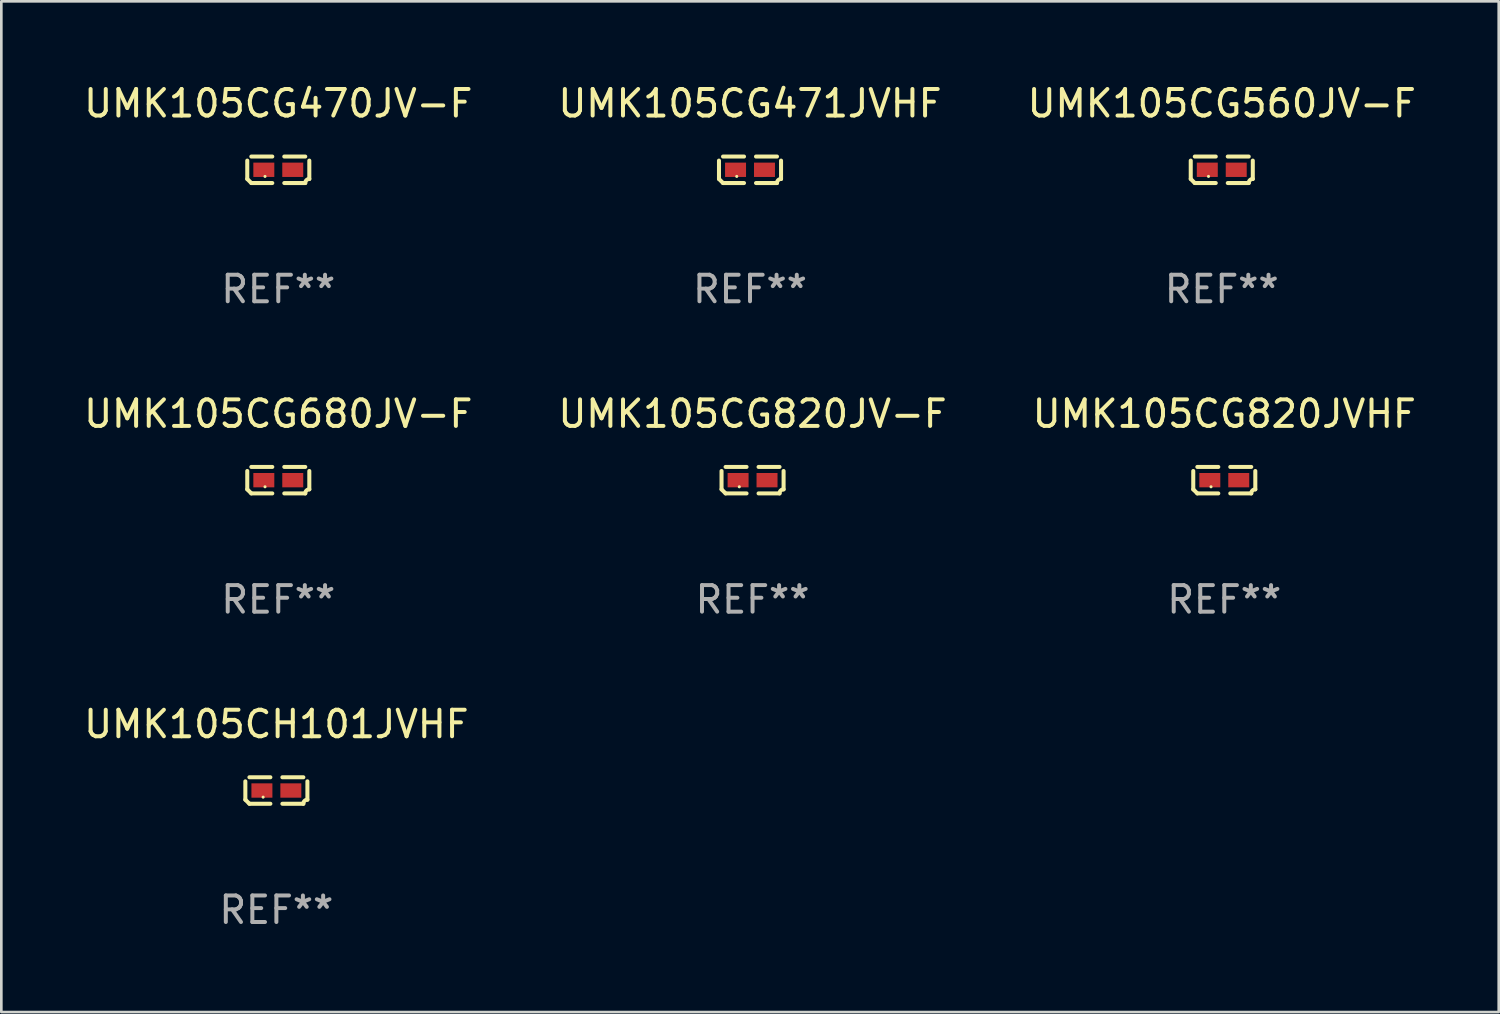
<source format=kicad_pcb>
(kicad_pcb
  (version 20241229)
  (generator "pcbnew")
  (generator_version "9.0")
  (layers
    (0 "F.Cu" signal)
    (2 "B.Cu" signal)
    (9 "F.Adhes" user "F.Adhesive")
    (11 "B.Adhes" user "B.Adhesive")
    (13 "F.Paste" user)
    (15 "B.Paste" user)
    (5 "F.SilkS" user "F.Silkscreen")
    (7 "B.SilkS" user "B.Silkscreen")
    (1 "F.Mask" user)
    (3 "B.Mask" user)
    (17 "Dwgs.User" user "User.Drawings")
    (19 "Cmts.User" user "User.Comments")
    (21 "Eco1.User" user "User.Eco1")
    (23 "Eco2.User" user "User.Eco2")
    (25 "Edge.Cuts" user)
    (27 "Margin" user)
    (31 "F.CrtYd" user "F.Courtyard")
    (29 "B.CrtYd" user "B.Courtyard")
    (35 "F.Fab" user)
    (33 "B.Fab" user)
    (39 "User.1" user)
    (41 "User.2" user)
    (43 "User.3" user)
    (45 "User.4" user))
  (footprint "UMK105CG470JV-F"
    (layer "F.Cu")
    (at 7.435 3.347)
    (property "Reference" "UMK105CG470JV-F" (at 0 -2.499 0) (layer "F.SilkS") (effects (font (size 1 1) (thickness 0.15))))
    (attr through_hole)
    (fp_line (start -1.169 0.346) (end -1.169 -0.346) (stroke (width 0.152) (type solid)) (layer "F.SilkS"))
    (fp_line (start -1.016 -0.499) (end -0.226 -0.499) (stroke (width 0.152) (type solid)) (layer "F.SilkS"))
    (fp_line (start -0.226 0.499) (end -1.016 0.499) (stroke (width 0.152) (type solid)) (layer "F.SilkS"))
    (fp_line (start 0.226 0.499) (end 1.016 0.499) (stroke (width 0.152) (type solid)) (layer "F.SilkS"))
    (fp_line (start 1.016 -0.499) (end 0.226 -0.499) (stroke (width 0.152) (type solid)) (layer "F.SilkS"))
    (fp_line (start 1.169 0.346) (end 1.169 -0.346) (stroke (width 0.152) (type solid)) (layer "F.SilkS"))
    (fp_arc (start -1.016307 0.498603) (mid -1.092512 0.422405) (end -1.16871 0.3462) (stroke (width 0.1524) (type solid)) (layer "F.SilkS"))
    (fp_arc (start 1.016307 0.498603) (mid 1.060899 0.390758) (end 1.168707 0.346076) (stroke (width 0.1524) (type solid)) (layer "F.SilkS"))
    (fp_circle (center -0.5 0.25) (end -0.47 0.25) (stroke (width 0.06) (type solid)) (fill no) (layer "F.SilkS"))
    (fp_text user "REF**" (at 0 4.499 0) (layer "F.Fab") (effects (font (size 1 1) (thickness 0.15))))
    (pad "1" smd rect (at -0.545 0) (size 0.79 0.54) (layers "F.Cu" "F.Mask" "F.Paste"))
    (pad "2" smd rect (at 0.545 0) (size 0.79 0.54) (layers "F.Cu" "F.Mask" "F.Paste")))
  (footprint "UMK105CH101JVHF"
    (layer "F.Cu")
    (at 7.363 26.734)
    (property "Reference" "UMK105CH101JVHF" (at 0 -2.499 0) (layer "F.SilkS") (effects (font (size 1 1) (thickness 0.15))))
    (attr through_hole)
    (fp_line (start -1.169 0.346) (end -1.169 -0.346) (stroke (width 0.152) (type solid)) (layer "F.SilkS"))
    (fp_line (start -1.016 -0.499) (end -0.226 -0.499) (stroke (width 0.152) (type solid)) (layer "F.SilkS"))
    (fp_line (start -0.226 0.499) (end -1.016 0.499) (stroke (width 0.152) (type solid)) (layer "F.SilkS"))
    (fp_line (start 0.226 0.499) (end 1.016 0.499) (stroke (width 0.152) (type solid)) (layer "F.SilkS"))
    (fp_line (start 1.016 -0.499) (end 0.226 -0.499) (stroke (width 0.152) (type solid)) (layer "F.SilkS"))
    (fp_line (start 1.169 0.346) (end 1.169 -0.346) (stroke (width 0.152) (type solid)) (layer "F.SilkS"))
    (fp_arc (start -1.016307 0.498603) (mid -1.092512 0.422405) (end -1.16871 0.3462) (stroke (width 0.1524) (type solid)) (layer "F.SilkS"))
    (fp_arc (start 1.016307 0.498603) (mid 1.060899 0.390758) (end 1.168707 0.346076) (stroke (width 0.1524) (type solid)) (layer "F.SilkS"))
    (fp_circle (center -0.5 0.25) (end -0.47 0.25) (stroke (width 0.06) (type solid)) (fill no) (layer "F.SilkS"))
    (fp_text user "REF**" (at 0 4.499 0) (layer "F.Fab") (effects (font (size 1 1) (thickness 0.15))))
    (pad "1" smd rect (at -0.545 0) (size 0.79 0.54) (layers "F.Cu" "F.Mask" "F.Paste"))
    (pad "2" smd rect (at 0.545 0) (size 0.79 0.54) (layers "F.Cu" "F.Mask" "F.Paste")))
  (footprint "UMK105CG680JV-F"
    (layer "F.Cu")
    (at 7.435 15.041)
    (property "Reference" "UMK105CG680JV-F" (at 0 -2.499 0) (layer "F.SilkS") (effects (font (size 1 1) (thickness 0.15))))
    (attr through_hole)
    (fp_line (start -1.169 0.346) (end -1.169 -0.346) (stroke (width 0.152) (type solid)) (layer "F.SilkS"))
    (fp_line (start -1.016 -0.499) (end -0.226 -0.499) (stroke (width 0.152) (type solid)) (layer "F.SilkS"))
    (fp_line (start -0.226 0.499) (end -1.016 0.499) (stroke (width 0.152) (type solid)) (layer "F.SilkS"))
    (fp_line (start 0.226 0.499) (end 1.016 0.499) (stroke (width 0.152) (type solid)) (layer "F.SilkS"))
    (fp_line (start 1.016 -0.499) (end 0.226 -0.499) (stroke (width 0.152) (type solid)) (layer "F.SilkS"))
    (fp_line (start 1.169 0.346) (end 1.169 -0.346) (stroke (width 0.152) (type solid)) (layer "F.SilkS"))
    (fp_arc (start -1.016307 0.498603) (mid -1.092512 0.422405) (end -1.16871 0.3462) (stroke (width 0.1524) (type solid)) (layer "F.SilkS"))
    (fp_arc (start 1.016307 0.498603) (mid 1.060899 0.390758) (end 1.168707 0.346076) (stroke (width 0.1524) (type solid)) (layer "F.SilkS"))
    (fp_circle (center -0.5 0.25) (end -0.47 0.25) (stroke (width 0.06) (type solid)) (fill no) (layer "F.SilkS"))
    (fp_text user "REF**" (at 0 4.499 0) (layer "F.Fab") (effects (font (size 1 1) (thickness 0.15))))
    (pad "1" smd rect (at -0.545 0) (size 0.79 0.54) (layers "F.Cu" "F.Mask" "F.Paste"))
    (pad "2" smd rect (at 0.545 0) (size 0.79 0.54) (layers "F.Cu" "F.Mask" "F.Paste")))
  (footprint "UMK105CG471JVHF"
    (layer "F.Cu")
    (at 25.208 3.347)
    (property "Reference" "UMK105CG471JVHF" (at 0 -2.499 0) (layer "F.SilkS") (effects (font (size 1 1) (thickness 0.15))))
    (attr through_hole)
    (fp_line (start -1.169 0.346) (end -1.169 -0.346) (stroke (width 0.152) (type solid)) (layer "F.SilkS"))
    (fp_line (start -1.016 -0.499) (end -0.226 -0.499) (stroke (width 0.152) (type solid)) (layer "F.SilkS"))
    (fp_line (start -0.226 0.499) (end -1.016 0.499) (stroke (width 0.152) (type solid)) (layer "F.SilkS"))
    (fp_line (start 0.226 0.499) (end 1.016 0.499) (stroke (width 0.152) (type solid)) (layer "F.SilkS"))
    (fp_line (start 1.016 -0.499) (end 0.226 -0.499) (stroke (width 0.152) (type solid)) (layer "F.SilkS"))
    (fp_line (start 1.169 0.346) (end 1.169 -0.346) (stroke (width 0.152) (type solid)) (layer "F.SilkS"))
    (fp_arc (start -1.016307 0.498603) (mid -1.092512 0.422405) (end -1.16871 0.3462) (stroke (width 0.1524) (type solid)) (layer "F.SilkS"))
    (fp_arc (start 1.016307 0.498603) (mid 1.060899 0.390758) (end 1.168707 0.346076) (stroke (width 0.1524) (type solid)) (layer "F.SilkS"))
    (fp_circle (center -0.5 0.25) (end -0.47 0.25) (stroke (width 0.06) (type solid)) (fill no) (layer "F.SilkS"))
    (fp_text user "REF**" (at 0 4.499 0) (layer "F.Fab") (effects (font (size 1 1) (thickness 0.15))))
    (pad "1" smd rect (at -0.545 0) (size 0.79 0.54) (layers "F.Cu" "F.Mask" "F.Paste"))
    (pad "2" smd rect (at 0.545 0) (size 0.79 0.54) (layers "F.Cu" "F.Mask" "F.Paste")))
  (footprint "UMK105CG820JV-F"
    (layer "F.Cu")
    (at 25.304 15.041)
    (property "Reference" "UMK105CG820JV-F" (at 0 -2.499 0) (layer "F.SilkS") (effects (font (size 1 1) (thickness 0.15))))
    (attr through_hole)
    (fp_line (start -1.169 0.346) (end -1.169 -0.346) (stroke (width 0.152) (type solid)) (layer "F.SilkS"))
    (fp_line (start -1.016 -0.499) (end -0.226 -0.499) (stroke (width 0.152) (type solid)) (layer "F.SilkS"))
    (fp_line (start -0.226 0.499) (end -1.016 0.499) (stroke (width 0.152) (type solid)) (layer "F.SilkS"))
    (fp_line (start 0.226 0.499) (end 1.016 0.499) (stroke (width 0.152) (type solid)) (layer "F.SilkS"))
    (fp_line (start 1.016 -0.499) (end 0.226 -0.499) (stroke (width 0.152) (type solid)) (layer "F.SilkS"))
    (fp_line (start 1.169 0.346) (end 1.169 -0.346) (stroke (width 0.152) (type solid)) (layer "F.SilkS"))
    (fp_arc (start -1.016307 0.498603) (mid -1.092512 0.422405) (end -1.16871 0.3462) (stroke (width 0.1524) (type solid)) (layer "F.SilkS"))
    (fp_arc (start 1.016307 0.498603) (mid 1.060899 0.390758) (end 1.168707 0.346076) (stroke (width 0.1524) (type solid)) (layer "F.SilkS"))
    (fp_circle (center -0.5 0.25) (end -0.47 0.25) (stroke (width 0.06) (type solid)) (fill no) (layer "F.SilkS"))
    (fp_text user "REF**" (at 0 4.499 0) (layer "F.Fab") (effects (font (size 1 1) (thickness 0.15))))
    (pad "1" smd rect (at -0.545 0) (size 0.79 0.54) (layers "F.Cu" "F.Mask" "F.Paste"))
    (pad "2" smd rect (at 0.545 0) (size 0.79 0.54) (layers "F.Cu" "F.Mask" "F.Paste")))
  (footprint "UMK105CG560JV-F"
    (layer "F.Cu")
    (at 42.982 3.347)
    (property "Reference" "UMK105CG560JV-F" (at 0 -2.499 0) (layer "F.SilkS") (effects (font (size 1 1) (thickness 0.15))))
    (attr through_hole)
    (fp_line (start -1.169 0.346) (end -1.169 -0.346) (stroke (width 0.152) (type solid)) (layer "F.SilkS"))
    (fp_line (start -1.016 -0.499) (end -0.226 -0.499) (stroke (width 0.152) (type solid)) (layer "F.SilkS"))
    (fp_line (start -0.226 0.499) (end -1.016 0.499) (stroke (width 0.152) (type solid)) (layer "F.SilkS"))
    (fp_line (start 0.226 0.499) (end 1.016 0.499) (stroke (width 0.152) (type solid)) (layer "F.SilkS"))
    (fp_line (start 1.016 -0.499) (end 0.226 -0.499) (stroke (width 0.152) (type solid)) (layer "F.SilkS"))
    (fp_line (start 1.169 0.346) (end 1.169 -0.346) (stroke (width 0.152) (type solid)) (layer "F.SilkS"))
    (fp_arc (start -1.016307 0.498603) (mid -1.092512 0.422405) (end -1.16871 0.3462) (stroke (width 0.1524) (type solid)) (layer "F.SilkS"))
    (fp_arc (start 1.016307 0.498603) (mid 1.060899 0.390758) (end 1.168707 0.346076) (stroke (width 0.1524) (type solid)) (layer "F.SilkS"))
    (fp_circle (center -0.5 0.25) (end -0.47 0.25) (stroke (width 0.06) (type solid)) (fill no) (layer "F.SilkS"))
    (fp_text user "REF**" (at 0 4.499 0) (layer "F.Fab") (effects (font (size 1 1) (thickness 0.15))))
    (pad "1" smd rect (at -0.545 0) (size 0.79 0.54) (layers "F.Cu" "F.Mask" "F.Paste"))
    (pad "2" smd rect (at 0.545 0) (size 0.79 0.54) (layers "F.Cu" "F.Mask" "F.Paste")))
  (footprint "UMK105CG820JVHF"
    (layer "F.Cu")
    (at 43.077 15.041)
    (property "Reference" "UMK105CG820JVHF" (at 0 -2.499 0) (layer "F.SilkS") (effects (font (size 1 1) (thickness 0.15))))
    (attr through_hole)
    (fp_line (start -1.169 0.346) (end -1.169 -0.346) (stroke (width 0.152) (type solid)) (layer "F.SilkS"))
    (fp_line (start -1.016 -0.499) (end -0.226 -0.499) (stroke (width 0.152) (type solid)) (layer "F.SilkS"))
    (fp_line (start -0.226 0.499) (end -1.016 0.499) (stroke (width 0.152) (type solid)) (layer "F.SilkS"))
    (fp_line (start 0.226 0.499) (end 1.016 0.499) (stroke (width 0.152) (type solid)) (layer "F.SilkS"))
    (fp_line (start 1.016 -0.499) (end 0.226 -0.499) (stroke (width 0.152) (type solid)) (layer "F.SilkS"))
    (fp_line (start 1.169 0.346) (end 1.169 -0.346) (stroke (width 0.152) (type solid)) (layer "F.SilkS"))
    (fp_arc (start -1.016307 0.498603) (mid -1.092512 0.422405) (end -1.16871 0.3462) (stroke (width 0.1524) (type solid)) (layer "F.SilkS"))
    (fp_arc (start 1.016307 0.498603) (mid 1.060899 0.390758) (end 1.168707 0.346076) (stroke (width 0.1524) (type solid)) (layer "F.SilkS"))
    (fp_circle (center -0.5 0.25) (end -0.47 0.25) (stroke (width 0.06) (type solid)) (fill no) (layer "F.SilkS"))
    (fp_text user "REF**" (at 0 4.499 0) (layer "F.Fab") (effects (font (size 1 1) (thickness 0.15))))
    (pad "1" smd rect (at -0.545 0) (size 0.79 0.54) (layers "F.Cu" "F.Mask" "F.Paste"))
    (pad "2" smd rect (at 0.545 0) (size 0.79 0.54) (layers "F.Cu" "F.Mask" "F.Paste")))
  (gr_rect
    (start -3 -3)
    (end 53.417 35.081)
    (stroke (width 0.1) (type default))
    (fill no)
    (layer "Edge.Cuts")))
</source>
